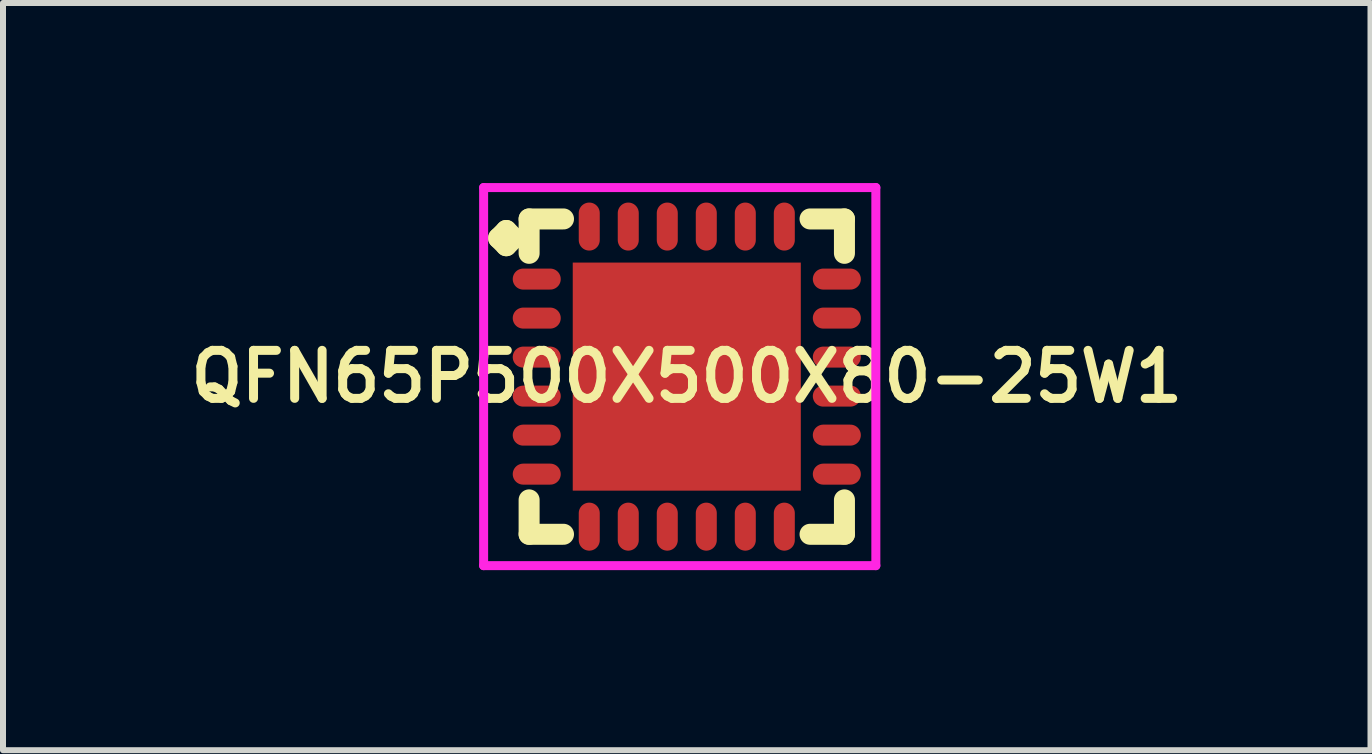
<source format=kicad_pcb>
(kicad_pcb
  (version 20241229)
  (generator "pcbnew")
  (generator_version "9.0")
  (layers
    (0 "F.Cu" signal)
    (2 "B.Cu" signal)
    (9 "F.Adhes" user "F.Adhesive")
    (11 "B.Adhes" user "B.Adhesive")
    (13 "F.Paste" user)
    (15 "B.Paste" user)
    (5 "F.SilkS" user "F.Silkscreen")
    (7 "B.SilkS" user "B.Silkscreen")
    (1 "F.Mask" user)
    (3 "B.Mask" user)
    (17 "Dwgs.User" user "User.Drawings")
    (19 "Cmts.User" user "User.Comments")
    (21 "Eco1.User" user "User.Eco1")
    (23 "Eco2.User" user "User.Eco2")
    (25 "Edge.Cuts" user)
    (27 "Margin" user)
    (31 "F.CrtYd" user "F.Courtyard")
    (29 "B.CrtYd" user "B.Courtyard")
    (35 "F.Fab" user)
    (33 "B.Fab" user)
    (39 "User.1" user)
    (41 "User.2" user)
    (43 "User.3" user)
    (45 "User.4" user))
  (footprint "QFN65P500X500X80-25W1"
    (layer "F.Cu")
    (at 8.393 3.225)
    (property "Reference" "QFN65P500X500X80-25W1" (at 0 0 0) (layer "F.SilkS") (effects (font (size 0.8 0.8) (thickness 0.15))))
    (attr smd)
    (fp_line (start -3.135 -2.308) (end -3.008 -2.435) (stroke (width 0.35) (type solid)) (layer "F.SilkS"))
    (fp_line (start -3.008 -2.435) (end -2.881 -2.308) (stroke (width 0.35) (type solid)) (layer "F.SilkS"))
    (fp_line (start -3.008 -2.181) (end -3.135 -2.308) (stroke (width 0.35) (type solid)) (layer "F.SilkS"))
    (fp_line (start -2.881 -2.308) (end -3.008 -2.181) (stroke (width 0.35) (type solid)) (layer "F.SilkS"))
    (fp_line (start -2.627 -2.627) (end -2.054 -2.627) (stroke (width 0.35) (type solid)) (layer "F.SilkS"))
    (fp_line (start -2.627 -2.054) (end -2.627 -2.627) (stroke (width 0.35) (type solid)) (layer "F.SilkS"))
    (fp_line (start -2.627 2.054) (end -2.627 2.627) (stroke (width 0.35) (type solid)) (layer "F.SilkS"))
    (fp_line (start -2.627 2.627) (end -2.054 2.627) (stroke (width 0.35) (type solid)) (layer "F.SilkS"))
    (fp_line (start 2.054 -2.627) (end 2.627 -2.627) (stroke (width 0.35) (type solid)) (layer "F.SilkS"))
    (fp_line (start 2.054 2.627) (end 2.627 2.627) (stroke (width 0.35) (type solid)) (layer "F.SilkS"))
    (fp_line (start 2.627 -2.627) (end 2.627 -2.054) (stroke (width 0.35) (type solid)) (layer "F.SilkS"))
    (fp_line (start 2.627 2.627) (end 2.627 2.054) (stroke (width 0.35) (type solid)) (layer "F.SilkS"))
    (fp_line (start -3.385 -3.15) (end 3.15 -3.15) (stroke (width 0.15) (type solid)) (layer "F.CrtYd"))
    (fp_line (start -3.385 3.15) (end -3.385 -3.15) (stroke (width 0.15) (type solid)) (layer "F.CrtYd"))
    (fp_line (start 3.15 -3.15) (end 3.15 3.15) (stroke (width 0.15) (type solid)) (layer "F.CrtYd"))
    (fp_line (start 3.15 3.15) (end -3.385 3.15) (stroke (width 0.15) (type solid)) (layer "F.CrtYd"))
    (pad "1" smd oval (at -2.5 -1.625) (size 0.8 0.35) (layers "F.Cu" "F.Mask" "F.Paste"))
    (pad "2" smd oval (at -2.5 -0.975) (size 0.8 0.35) (layers "F.Cu" "F.Mask" "F.Paste"))
    (pad "3" smd oval (at -2.5 -0.325) (size 0.8 0.35) (layers "F.Cu" "F.Mask" "F.Paste"))
    (pad "4" smd oval (at -2.5 0.325) (size 0.8 0.35) (layers "F.Cu" "F.Mask" "F.Paste"))
    (pad "5" smd oval (at -2.5 0.975) (size 0.8 0.35) (layers "F.Cu" "F.Mask" "F.Paste"))
    (pad "6" smd oval (at -2.5 1.625) (size 0.8 0.35) (layers "F.Cu" "F.Mask" "F.Paste"))
    (pad "7" smd oval (at -1.625 2.5) (size 0.35 0.8) (layers "F.Cu" "F.Mask" "F.Paste"))
    (pad "8" smd oval (at -0.975 2.5) (size 0.35 0.8) (layers "F.Cu" "F.Mask" "F.Paste"))
    (pad "9" smd oval (at -0.325 2.5) (size 0.35 0.8) (layers "F.Cu" "F.Mask" "F.Paste"))
    (pad "10" smd oval (at 0.325 2.5) (size 0.35 0.8) (layers "F.Cu" "F.Mask" "F.Paste"))
    (pad "11" smd oval (at 0.975 2.5) (size 0.35 0.8) (layers "F.Cu" "F.Mask" "F.Paste"))
    (pad "12" smd oval (at 1.625 2.5) (size 0.35 0.8) (layers "F.Cu" "F.Mask" "F.Paste"))
    (pad "13" smd oval (at 2.5 1.625) (size 0.8 0.35) (layers "F.Cu" "F.Mask" "F.Paste"))
    (pad "14" smd oval (at 2.5 0.975) (size 0.8 0.35) (layers "F.Cu" "F.Mask" "F.Paste"))
    (pad "15" smd oval (at 2.5 0.325) (size 0.8 0.35) (layers "F.Cu" "F.Mask" "F.Paste"))
    (pad "16" smd oval (at 2.5 -0.325) (size 0.8 0.35) (layers "F.Cu" "F.Mask" "F.Paste"))
    (pad "17" smd oval (at 2.5 -0.975) (size 0.8 0.35) (layers "F.Cu" "F.Mask" "F.Paste"))
    (pad "18" smd oval (at 2.5 -1.625) (size 0.8 0.35) (layers "F.Cu" "F.Mask" "F.Paste"))
    (pad "19" smd oval (at 1.625 -2.5) (size 0.35 0.8) (layers "F.Cu" "F.Mask" "F.Paste"))
    (pad "20" smd oval (at 0.975 -2.5) (size 0.35 0.8) (layers "F.Cu" "F.Mask" "F.Paste"))
    (pad "21" smd oval (at 0.325 -2.5) (size 0.35 0.8) (layers "F.Cu" "F.Mask" "F.Paste"))
    (pad "22" smd oval (at -0.325 -2.5) (size 0.35 0.8) (layers "F.Cu" "F.Mask" "F.Paste"))
    (pad "23" smd oval (at -0.975 -2.5) (size 0.35 0.8) (layers "F.Cu" "F.Mask" "F.Paste"))
    (pad "24" smd oval (at -1.625 -2.5) (size 0.35 0.8) (layers "F.Cu" "F.Mask" "F.Paste"))
    (pad "25" smd rect (at 0 0) (size 3.8 3.8) (layers "F.Cu" "F.Mask" "F.Paste")))
  (gr_rect
    (start -3 -3)
    (end 19.785 9.45)
    (stroke (width 0.1) (type default))
    (fill no)
    (layer "Edge.Cuts")))
</source>
